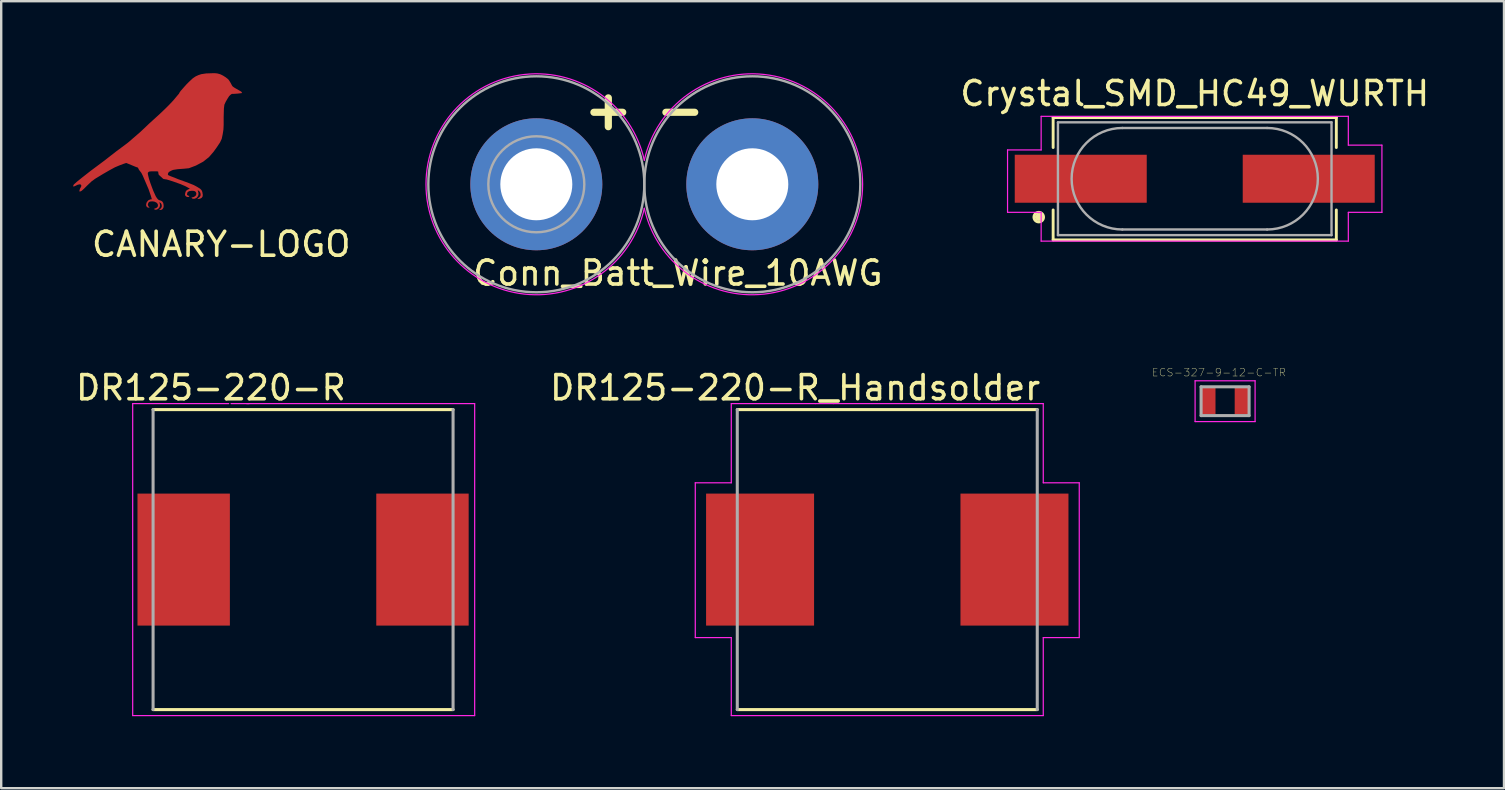
<source format=kicad_pcb>
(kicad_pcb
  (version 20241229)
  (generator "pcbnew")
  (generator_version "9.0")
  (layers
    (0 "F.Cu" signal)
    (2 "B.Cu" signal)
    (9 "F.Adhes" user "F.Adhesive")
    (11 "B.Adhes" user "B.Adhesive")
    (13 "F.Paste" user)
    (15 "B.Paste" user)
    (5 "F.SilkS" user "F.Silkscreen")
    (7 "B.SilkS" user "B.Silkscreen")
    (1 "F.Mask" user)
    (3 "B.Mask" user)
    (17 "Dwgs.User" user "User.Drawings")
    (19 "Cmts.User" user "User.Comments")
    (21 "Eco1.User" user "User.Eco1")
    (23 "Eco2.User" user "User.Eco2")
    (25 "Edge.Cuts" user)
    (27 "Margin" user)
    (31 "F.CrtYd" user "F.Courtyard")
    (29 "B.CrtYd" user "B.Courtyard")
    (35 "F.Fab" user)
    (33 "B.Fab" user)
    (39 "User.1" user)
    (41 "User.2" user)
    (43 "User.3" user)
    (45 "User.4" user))
  (footprint "DR125-220-R_Handsolder"
    (layer "F.Cu")
    (at 33.922 20.268)
    (property "Reference" "DR125-220-R_Handsolder" (at -3.839 -7.161 0) (layer "F.SilkS") (effects (font (size 1.004 1.004) (thickness 0.15))))
    (attr smd)
    (fp_line (start -6.25 6.25) (end 6.25 6.25) (stroke (width 0.127) (type solid)) (layer "F.SilkS"))
    (fp_line (start 6.25 -6.25) (end -6.25 -6.25) (stroke (width 0.127) (type solid)) (layer "F.SilkS"))
    (fp_line (start -8 -3.2) (end -8 3.25) (stroke (width 0.05) (type solid)) (layer "F.CrtYd"))
    (fp_line (start -8 3.25) (end -6.5 3.25) (stroke (width 0.05) (type solid)) (layer "F.CrtYd"))
    (fp_line (start -6.5 -3.2) (end -8 -3.2) (stroke (width 0.05) (type solid)) (layer "F.CrtYd"))
    (fp_line (start -6.5 -3.2) (end -6.5 -6.5) (stroke (width 0.05) (type solid)) (layer "F.CrtYd"))
    (fp_line (start -6.5 6.5) (end -6.5 3.25) (stroke (width 0.05) (type solid)) (layer "F.CrtYd"))
    (fp_line (start -6.5 6.5) (end 6.5 6.5) (stroke (width 0.05) (type solid)) (layer "F.CrtYd"))
    (fp_line (start -3 -6.5) (end -6.5 -6.5) (stroke (width 0.05) (type solid)) (layer "F.CrtYd"))
    (fp_line (start -2.25 -6.5) (end -3 -6.5) (stroke (width 0.05) (type solid)) (layer "F.CrtYd"))
    (fp_line (start 6.5 -6.5) (end -2.25 -6.5) (stroke (width 0.05) (type solid)) (layer "F.CrtYd"))
    (fp_line (start 6.5 -3.2) (end 6.5 -6.5) (stroke (width 0.05) (type solid)) (layer "F.CrtYd"))
    (fp_line (start 6.5 -3.2) (end 8 -3.2) (stroke (width 0.05) (type solid)) (layer "F.CrtYd"))
    (fp_line (start 6.5 6.5) (end 6.5 3.25) (stroke (width 0.05) (type solid)) (layer "F.CrtYd"))
    (fp_line (start 8 -3.2) (end 8 3.25) (stroke (width 0.05) (type solid)) (layer "F.CrtYd"))
    (fp_line (start 8 3.25) (end 6.5 3.25) (stroke (width 0.05) (type solid)) (layer "F.CrtYd"))
    (fp_line (start -6.25 -6.25) (end -6.25 6.25) (stroke (width 0.127) (type solid)) (layer "F.Fab"))
    (fp_line (start 6.25 6.25) (end 6.25 -6.25) (stroke (width 0.127) (type solid)) (layer "F.Fab"))
    (pad "1" smd rect (at -5.3 0 180) (size 4.5 5.5) (layers "F.Cu" "F.Mask" "F.Paste"))
    (pad "2" smd rect (at 5.3 0 180) (size 4.5 5.5) (layers "F.Cu" "F.Mask" "F.Paste")))
  (footprint "Crystal_SMD_HC49_WURTH"
    (layer "F.Cu")
    (at 46.734 4.398)
    (property "Reference" "Crystal_SMD_HC49_WURTH" (at 0 -3.55 0) (layer "F.SilkS") (effects (font (size 1 1) (thickness 0.15))))
    (attr smd)
    (fp_line (start -5.9 -2.55) (end -5.9 -1.3) (stroke (width 0.12) (type solid)) (layer "F.SilkS"))
    (fp_line (start -5.9 1.3) (end -5.9 2.55) (stroke (width 0.12) (type solid)) (layer "F.SilkS"))
    (fp_line (start -5.9 2.55) (end 5.9 2.55) (stroke (width 0.12) (type solid)) (layer "F.SilkS"))
    (fp_line (start 5.9 -2.55) (end -5.9 -2.55) (stroke (width 0.12) (type solid)) (layer "F.SilkS"))
    (fp_line (start 5.9 -2.55) (end 5.9 -1.3) (stroke (width 0.12) (type solid)) (layer "F.SilkS"))
    (fp_line (start 5.9 1.3) (end 5.9 2.55) (stroke (width 0.12) (type solid)) (layer "F.SilkS"))
    (fp_circle (center -6.5 1.6) (end -6.5 1.6) (stroke (width 0.12) (type solid)) (fill no) (layer "F.SilkS"))
    (fp_circle (center -6.5 1.6) (end -6.5 1.7) (stroke (width 0.12) (type solid)) (fill no) (layer "F.SilkS"))
    (fp_circle (center -6.5 1.6) (end -6.5 1.8) (stroke (width 0.12) (type solid)) (fill no) (layer "F.SilkS"))
    (fp_line (start -7.8 -1.2) (end -7.8 1.4) (stroke (width 0.05) (type solid)) (layer "F.CrtYd"))
    (fp_line (start -7.8 -1.2) (end -6.4 -1.2) (stroke (width 0.05) (type solid)) (layer "F.CrtYd"))
    (fp_line (start -7.8 1.4) (end -6.4 1.4) (stroke (width 0.05) (type solid)) (layer "F.CrtYd"))
    (fp_line (start -6.4 -1.2) (end -6.4 -2.6) (stroke (width 0.05) (type solid)) (layer "F.CrtYd"))
    (fp_line (start -6.4 1.4) (end -6.4 2.6) (stroke (width 0.05) (type solid)) (layer "F.CrtYd"))
    (fp_line (start -6.4 2.6) (end 6.4 2.6) (stroke (width 0.05) (type solid)) (layer "F.CrtYd"))
    (fp_line (start 6.4 -2.6) (end -6.4 -2.6) (stroke (width 0.05) (type solid)) (layer "F.CrtYd"))
    (fp_line (start 6.4 -1.4) (end 6.4 -2.6) (stroke (width 0.05) (type solid)) (layer "F.CrtYd"))
    (fp_line (start 6.4 1.4) (end 6.4 2.6) (stroke (width 0.05) (type solid)) (layer "F.CrtYd"))
    (fp_line (start 7.8 -1.4) (end 6.4 -1.4) (stroke (width 0.05) (type solid)) (layer "F.CrtYd"))
    (fp_line (start 7.8 1.4) (end 6.4 1.4) (stroke (width 0.05) (type solid)) (layer "F.CrtYd"))
    (fp_line (start 7.8 1.4) (end 7.8 -1.4) (stroke (width 0.05) (type solid)) (layer "F.CrtYd"))
    (fp_line (start -5.7 -2.35) (end -5.7 2.35) (stroke (width 0.1) (type solid)) (layer "F.Fab"))
    (fp_line (start -5.7 2.35) (end 5.7 2.35) (stroke (width 0.1) (type solid)) (layer "F.Fab"))
    (fp_line (start -3.015 -2.115) (end 3.015 -2.115) (stroke (width 0.1) (type solid)) (layer "F.Fab"))
    (fp_line (start -3.015 2.115) (end 3.015 2.115) (stroke (width 0.1) (type solid)) (layer "F.Fab"))
    (fp_line (start 5.7 -2.35) (end -5.7 -2.35) (stroke (width 0.1) (type solid)) (layer "F.Fab"))
    (fp_line (start 5.7 2.35) (end 5.7 -2.35) (stroke (width 0.1) (type solid)) (layer "F.Fab"))
    (fp_arc (start -3.015 2.115) (mid -5.13 0) (end -3.015 -2.115) (stroke (width 0.1) (type solid)) (layer "F.Fab"))
    (fp_arc (start 3.015 -2.115) (mid 5.13 0) (end 3.015 2.115) (stroke (width 0.1) (type solid)) (layer "F.Fab"))
    (pad "1" smd rect (at -4.75 0) (size 5.5 2) (layers "F.Cu" "F.Mask" "F.Paste"))
    (pad "2" smd rect (at 4.75 0) (size 5.5 2) (layers "F.Cu" "F.Mask" "F.Paste")))
  (footprint "CANARY-LOGO"
    (layer "F.Cu")
    (at 4.37 2.85)
    (property "Reference" "CANARY-LOGO" (at 1.8 4.28 0) (layer "F.SilkS") (effects (font (size 1 1) (thickness 0.15))))
    (attr through_hole)
    (pad "1" smd custom (at 0.19 -0.25) (size 1.524 1.524) (layers "F.Cu" "F.Mask") (options (anchor circle)) (primitives (gr_poly (pts (xy 1.374 -2.588) (xy 1.44 -2.58) (xy 1.52 -2.56) (xy 1.58 -2.54) (xy 1.68 -2.49) (xy 1.79 -2.42) (xy 1.88 -2.35) (xy 1.907 -2.321) (xy 1.93 -2.29) (xy 1.98 -2.21) (xy 2.05 -2.08) (xy 2.07 -2.05) (xy 2.12 -2.01) (xy 2.15 -1.99) (xy 2.2 -1.96) (xy 2.41 -1.84) (xy 2.45 -1.81) (xy 2.46 -1.79) (xy 2.46 -1.78) (xy 2.3 -1.76) (xy 2.15 -1.75) (xy 2.054 -1.747) (xy 2.02 -1.73) (xy 1.98 -1.7) (xy 1.93 -1.65) (xy 1.86 -1.54) (xy 1.79 -1.42) (xy 1.73 -1.29) (xy 1.71 -1.13) (xy 1.7 -0.77) (xy 1.7 -0.45) (xy 1.69 -0.25) (xy 1.66 -0.06) (xy 1.62 0.13) (xy 1.55 0.28) (xy 1.41 0.49) (xy 1.28 0.67) (xy 1.09 0.89) (xy 0.85 1.08) (xy 0.55 1.24) (xy 0.26 1.35) (xy 0.06 1.37) (xy -0.21 1.39) (xy -0.4 1.42) (xy -0.78 1.46) (xy -1.13 1.46) (xy -1.44 1.43) (xy -1.71 1.38) (xy -1.96 1.29) (xy -2.25 1.17) (xy -2.35 1.13) (xy -2.63 0.57) (xy -2.27 0.3) (xy -1.76 -0.14) (xy -1.38 -0.5) (xy -0.94 -0.9) (xy -0.71 -1.12) (xy -0.54 -1.29) (xy -0.38 -1.46) (xy -0.23 -1.64) (xy -0.139 -1.747) (xy -0.14 -1.75) (xy -0.12 -1.79) (xy -0.07 -1.86) (xy 0.08 -2.03) (xy 0.17 -2.13) (xy 0.28 -2.24) (xy 0.43 -2.38) (xy 0.55 -2.46) (xy 0.66 -2.51) (xy 0.78 -2.55) (xy 0.98 -2.58) (xy 1.27 -2.59)) (width 0.02) (fill yes)) (gr_poly (pts (xy -0.97 1.47) (xy -1.01 1.48) (xy -1.3 1.48) (xy -1.38 1.486) (xy -1.43 1.51) (xy -1.46 1.55) (xy -1.46 1.6) (xy -1.44 1.69) (xy -1.41 1.81) (xy -1.35 1.99) (xy -1.28 2.18) (xy -1.23 2.31) (xy -1.13 2.53) (xy -1.08 2.61) (xy -1.03 2.67) (xy -0.98 2.7) (xy -0.94 2.71) (xy -0.89 2.73) (xy -0.85 2.76) (xy -0.82 2.81) (xy -0.81 2.85) (xy -0.8 2.93) (xy -0.81 3) (xy -0.83 3.035) (xy -0.85 3.06) (xy -0.88 3.08) (xy -0.92 3.09) (xy -0.96 3.08) (xy -0.94 3.07) (xy -0.91 3.05) (xy -0.88 3.01) (xy -0.87 2.99) (xy -0.86 2.96) (xy -0.86 2.91) (xy -0.87 2.86) (xy -0.9 2.81) (xy -0.94 2.78) (xy -0.96 2.77) (xy -0.97 2.77) (xy -0.98 2.78) (xy -0.98 2.79) (xy -0.96 2.84) (xy -0.95 2.91) (xy -0.97 2.98) (xy -1.01 3.03) (xy -1.07 3.07) (xy -1.14 3.08) (xy -1.16 3.07) (xy -1.18 3.06) (xy -1.16 3.05) (xy -1.13 3.04) (xy -1.09 3.02) (xy -1.07 3.01) (xy -1.04 2.98) (xy -1.02 2.94) (xy -1.02 2.88) (xy -1.04 2.83) (xy -1.09 2.78) (xy -1.18 2.74) (xy -1.27 2.73) (xy -1.37 2.74) (xy -1.42 2.77) (xy -1.45 2.83) (xy -1.46 2.88) (xy -1.46 2.89) (xy -1.44 2.94) (xy -1.42 2.97) (xy -1.39 2.99) (xy -1.44 2.99) (xy -1.48 2.97) (xy -1.51 2.92) (xy -1.51 2.86) (xy -1.49 2.79) (xy -1.43 2.71) (xy -1.35 2.67) (xy -1.27 2.66) (xy -1.31 2.52) (xy -1.41 2.23) (xy -1.65 1.67) (xy -1.71 1.55) (xy -1.81 1.42) (xy -1.85 1.34)) (width 0.02) (fill yes)) (gr_poly (pts (xy -0.45 1.44) (xy -0.51 1.47) (xy -0.58 1.51) (xy -0.6 1.54) (xy -0.62 1.58) (xy -0.625 1.627) (xy -0.6 1.66) (xy -0.51 1.7) (xy -0.35 1.76) (xy -0.18 1.83) (xy 0.1 1.93) (xy 0.26 1.99) (xy 0.46 2.07) (xy 0.59 2.14) (xy 0.72 2.22) (xy 0.739 2.239) (xy 0.78 2.28) (xy 0.81 2.35) (xy 0.83 2.47) (xy 0.82 2.54) (xy 0.78 2.59) (xy 0.72 2.62) (xy 0.67 2.63) (xy 0.63 2.62) (xy 0.67 2.6) (xy 0.7 2.58) (xy 0.71 2.57) (xy 0.75 2.52) (xy 0.76 2.47) (xy 0.75 2.39) (xy 0.72 2.33) (xy 0.66 2.28) (xy 0.63 2.27) (xy 0.62 2.28) (xy 0.62 2.3) (xy 0.64 2.35) (xy 0.65 2.4) (xy 0.65 2.46) (xy 0.63 2.52) (xy 0.57 2.59) (xy 0.5 2.62) (xy 0.44 2.62) (xy 0.42 2.62) (xy 0.38 2.59) (xy 0.42 2.58) (xy 0.46 2.57) (xy 0.5 2.55) (xy 0.55 2.51) (xy 0.57 2.48) (xy 0.58 2.43) (xy 0.58 2.4) (xy 0.57 2.37) (xy 0.55 2.34) (xy 0.53 2.32) (xy 0.49 2.3) (xy 0.43 2.29) (xy 0.36 2.29) (xy 0.3 2.3) (xy 0.26 2.31) (xy 0.2 2.35) (xy 0.19 2.37) (xy 0.17 2.45) (xy 0.18 2.48) (xy 0.21 2.5) (xy 0.25 2.52) (xy 0.27 2.52) (xy 0.26 2.54) (xy 0.24 2.55) (xy 0.21 2.55) (xy 0.15 2.53) (xy 0.11 2.48) (xy 0.11 2.44) (xy 0.12 2.4) (xy 0.13 2.35) (xy 0.16 2.3) (xy 0.2 2.27) (xy 0.26 2.24) (xy 0.29 2.23) (xy 0.3 2.22) (xy 0.299 2.197) (xy 0.12 2.1) (xy -0.09 2.01) (xy -0.43 1.89) (xy -0.66 1.82) (xy -0.79 1.8) (xy -0.82 1.78) (xy -0.85 1.75) (xy -0.94 1.67) (xy -0.99 1.62) (xy -1 1.57) (xy -1.01 1.49) (xy -1.13 1.47) (xy -0.4 1.42)) (width 0.02) (fill yes)) (gr_poly (pts (xy -2.35 1.13) (xy -2.47 1.17) (xy -2.63 1.23) (xy -2.82 1.31) (xy -3.06 1.44) (xy -3.32 1.59) (xy -3.65 1.79) (xy -3.8 1.9) (xy -3.98 2.07) (xy -4.11 2.2) (xy -4.21 2.29) (xy -4.27 2.32) (xy -4.29 2.32) (xy -4.29 2.29) (xy -4.28 2.26) (xy -4.27 2.22) (xy -4.24 2.17) (xy -4.22 2.13) (xy -4.21 2.09) (xy -4.22 2.06) (xy -4.24 2.03) (xy -4.29 2.02) (xy -4.38 2.04) (xy -4.46 2.08) (xy -4.53 2.11) (xy -4.55 2.11) (xy -4.55 2.1) (xy -4.54 2.07) (xy -4.53 2.05) (xy -4.51 2.03) (xy -4.41 1.94) (xy -4.2 1.77) (xy -3.83 1.48) (xy -3.28 1.07) (xy -2.74 0.65) (xy -2.63 0.57)) (width 0.02) (fill yes)))))
  (footprint "Conn_Batt_Wire_10AWG"
    (layer "F.Cu")
    (at 19.298 4.629)
    (property "Reference" "Conn_Batt_Wire_10AWG" (at 5.9 3.7 0) (layer "F.SilkS") (effects (font (size 1 1) (thickness 0.15))))
    (attr through_hole)
    (fp_line (start 2.4 -3) (end 3.6 -3) (stroke (width 0.3) (type solid)) (layer "F.SilkS"))
    (fp_line (start 3 -2.4) (end 3 -3.6) (stroke (width 0.3) (type solid)) (layer "F.SilkS"))
    (fp_line (start 5.4 -3) (end 6.6 -3) (stroke (width 0.3) (type solid)) (layer "F.SilkS"))
    (fp_arc (start 4.5 -1) (mid 13.597099 0) (end 4.5 1) (stroke (width 0.05) (type solid)) (layer "F.CrtYd"))
    (fp_arc (start 4.5 1) (mid -4.597099 0) (end 4.5 -1) (stroke (width 0.05) (type solid)) (layer "F.CrtYd"))
    (fp_circle (center 0 0) (end 2 0) (stroke (width 0.1) (type solid)) (fill no) (layer "F.Fab"))
    (fp_circle (center 0 0) (end 4.5 0) (stroke (width 0.1) (type solid)) (fill no) (layer "F.Fab"))
    (fp_circle (center 9 0) (end 4.5 0) (stroke (width 0.1) (type solid)) (fill no) (layer "F.Fab"))
    (pad "1" thru_hole circle (at 0 0) (size 5.5 5.5) (drill 3) (layers "*.Cu" "*.Mask"))
    (pad "2" thru_hole circle (at 9 0) (size 5.5 5.5) (drill 3) (layers "*.Cu" "*.Mask")))
  (footprint "ECS-327-9-12-C-TR"
    (layer "F.Cu")
    (at 47.999 13.668)
    (property "Reference" "ECS-327-9-12-C-TR" (at -0.254 -1.198 0) (layer "F.SilkS") (effects (font (size 0.32 0.32) (thickness 0.015))))
    (attr smd)
    (fp_line (start -1.25 -0.85) (end -1.25 0.85) (stroke (width 0.05) (type solid)) (layer "F.CrtYd"))
    (fp_line (start -1.25 0.85) (end 1.25 0.85) (stroke (width 0.05) (type solid)) (layer "F.CrtYd"))
    (fp_line (start 1.25 -0.85) (end -1.25 -0.85) (stroke (width 0.05) (type solid)) (layer "F.CrtYd"))
    (fp_line (start 1.25 0.85) (end 1.25 -0.85) (stroke (width 0.05) (type solid)) (layer "F.CrtYd"))
    (fp_line (start -1 -0.6) (end -1 0.6) (stroke (width 0.127) (type solid)) (layer "F.Fab"))
    (fp_line (start -1 0.6) (end 1 0.6) (stroke (width 0.127) (type solid)) (layer "F.Fab"))
    (fp_line (start 1 -0.6) (end -1 -0.6) (stroke (width 0.127) (type solid)) (layer "F.Fab"))
    (fp_line (start 1 0.6) (end 1 -0.6) (stroke (width 0.127) (type solid)) (layer "F.Fab"))
    (pad "1" smd rect (at -0.7 0) (size 0.6 1.1) (layers "F.Cu" "F.Mask" "F.Paste"))
    (pad "2" smd rect (at 0.7 0) (size 0.6 1.1) (layers "F.Cu" "F.Mask" "F.Paste")))
  (footprint "DR125-220-R"
    (layer "F.Cu")
    (at 9.579 20.268)
    (property "Reference" "DR125-220-R" (at -3.839 -7.161 0) (layer "F.SilkS") (effects (font (size 1.004 1.004) (thickness 0.15))))
    (attr smd)
    (fp_line (start -6.25 6.25) (end 6.25 6.25) (stroke (width 0.127) (type solid)) (layer "F.SilkS"))
    (fp_line (start 6.25 -6.25) (end -6.25 -6.25) (stroke (width 0.127) (type solid)) (layer "F.SilkS"))
    (fp_line (start -7.1 -6.5) (end -7.1 6.5) (stroke (width 0.05) (type solid)) (layer "F.CrtYd"))
    (fp_line (start -7.1 6.5) (end 7.15 6.5) (stroke (width 0.05) (type solid)) (layer "F.CrtYd"))
    (fp_line (start -3.1 -6.5) (end -7.1 -6.5) (stroke (width 0.05) (type solid)) (layer "F.CrtYd"))
    (fp_line (start -2.25 -6.5) (end -3 -6.5) (stroke (width 0.05) (type solid)) (layer "F.CrtYd"))
    (fp_line (start 7.15 -6.5) (end -2.35 -6.5) (stroke (width 0.05) (type solid)) (layer "F.CrtYd"))
    (fp_line (start 7.15 6.5) (end 7.15 -6.5) (stroke (width 0.05) (type solid)) (layer "F.CrtYd"))
    (fp_line (start -6.25 -6.25) (end -6.25 6.25) (stroke (width 0.127) (type solid)) (layer "F.Fab"))
    (fp_line (start 6.25 6.25) (end 6.25 -6.25) (stroke (width 0.127) (type solid)) (layer "F.Fab"))
    (pad "1" smd rect (at -4.975 0 180) (size 3.85 5.5) (layers "F.Cu" "F.Mask" "F.Paste"))
    (pad "2" smd rect (at 4.975 0 180) (size 3.85 5.5) (layers "F.Cu" "F.Mask" "F.Paste")))
  (gr_rect
    (start -3 -3)
    (end 59.621 29.793)
    (stroke (width 0.1) (type default))
    (fill no)
    (layer "Edge.Cuts")))
</source>
